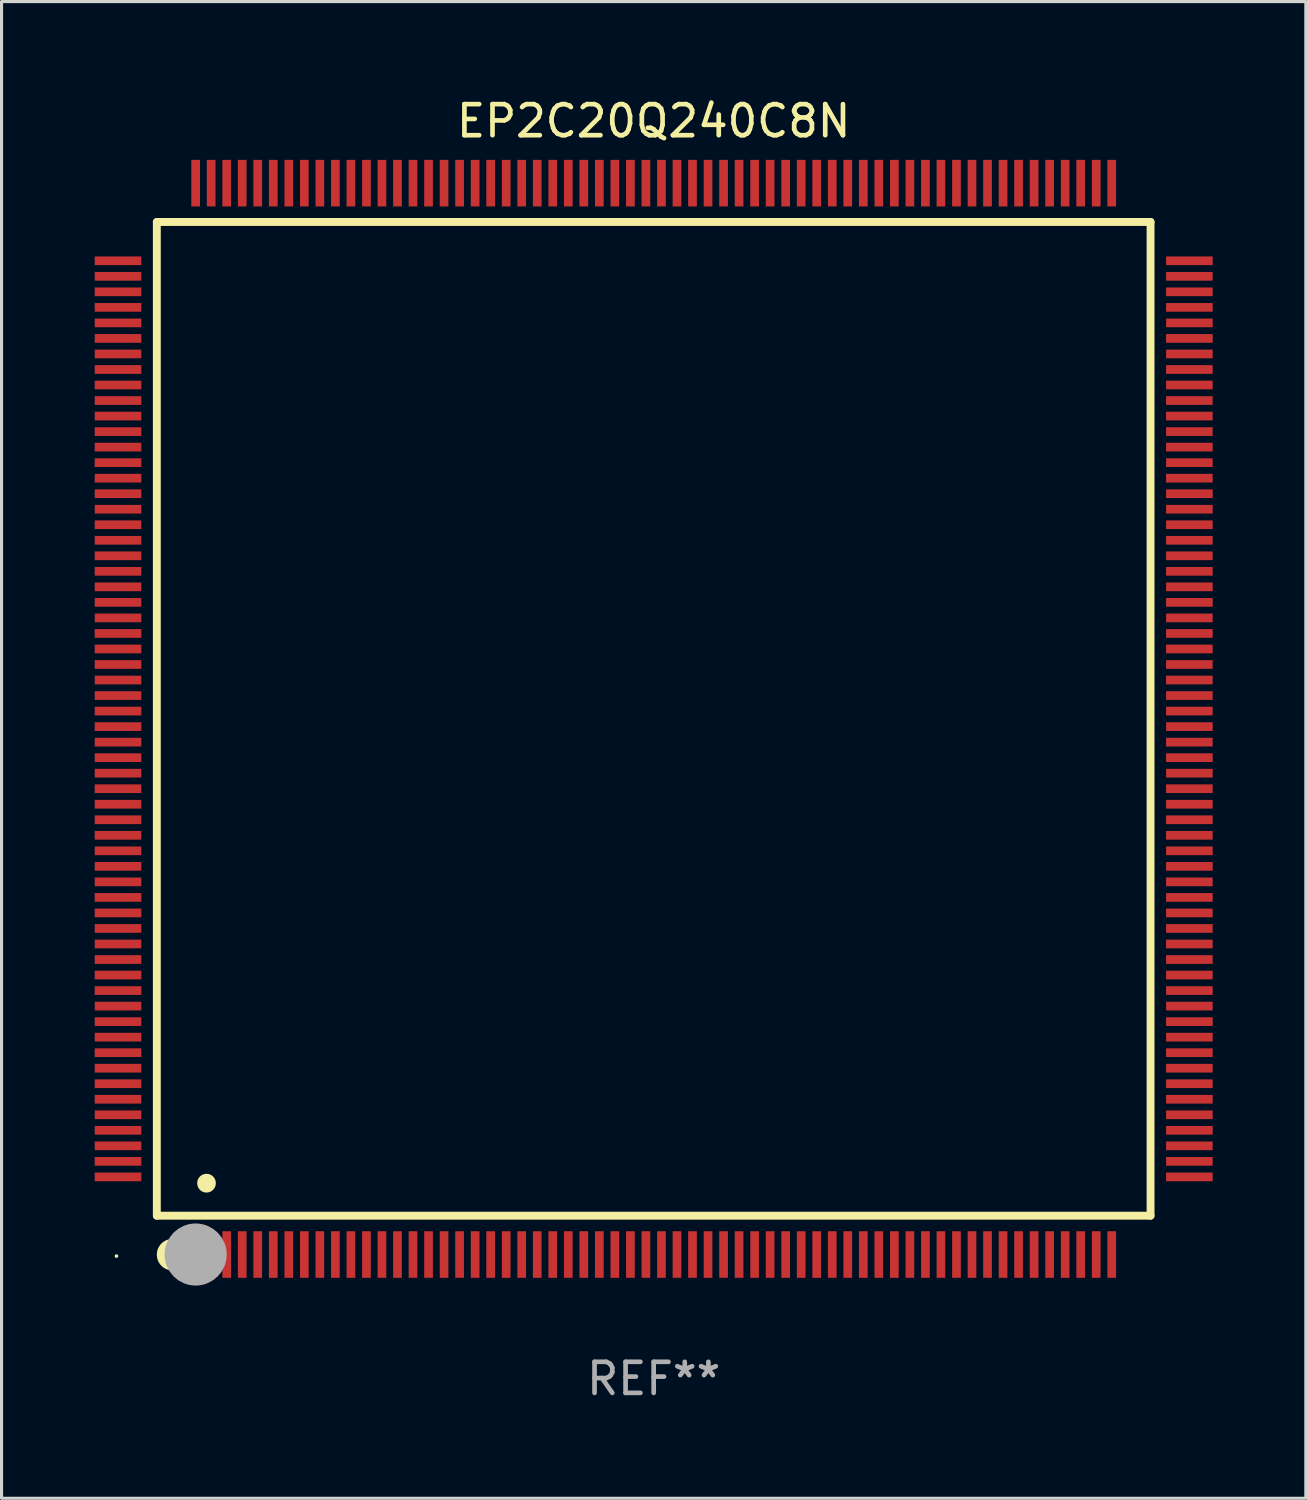
<source format=kicad_pcb>
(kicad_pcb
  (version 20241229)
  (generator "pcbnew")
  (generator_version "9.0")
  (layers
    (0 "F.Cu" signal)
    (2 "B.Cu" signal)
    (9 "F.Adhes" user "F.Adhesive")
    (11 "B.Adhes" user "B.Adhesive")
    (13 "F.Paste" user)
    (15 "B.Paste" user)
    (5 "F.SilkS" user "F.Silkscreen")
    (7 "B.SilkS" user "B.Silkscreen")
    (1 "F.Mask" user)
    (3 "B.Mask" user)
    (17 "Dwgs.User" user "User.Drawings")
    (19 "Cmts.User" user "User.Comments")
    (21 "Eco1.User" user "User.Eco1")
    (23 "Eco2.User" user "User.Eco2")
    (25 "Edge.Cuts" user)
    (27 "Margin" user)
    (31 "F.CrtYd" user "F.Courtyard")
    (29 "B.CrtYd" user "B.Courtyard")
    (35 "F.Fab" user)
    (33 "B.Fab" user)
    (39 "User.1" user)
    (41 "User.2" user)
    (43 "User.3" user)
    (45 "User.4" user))
  (footprint "EP2C20Q240C8N"
    (layer "F.Cu")
    (at 18 20.098)
    (property "Reference" "EP2C20Q240C8N" (at 0 -19.25 0) (layer "F.SilkS") (effects (font (size 1 1) (thickness 0.15))))
    (attr through_hole)
    (fp_line (start -16 -16) (end 16 -16) (stroke (width 0.254) (type solid)) (layer "F.SilkS"))
    (fp_line (start -16 16) (end -16 -16) (stroke (width 0.254) (type solid)) (layer "F.SilkS"))
    (fp_line (start 16 -16) (end 16 16) (stroke (width 0.254) (type solid)) (layer "F.SilkS"))
    (fp_line (start 16 16) (end -16 16) (stroke (width 0.254) (type solid)) (layer "F.SilkS"))
    (fp_arc (start -15.500025 17.258522) (mid -15.500043 17.25428) (end -15.500025 17.250038) (stroke (width 1) (type solid)) (layer "F.SilkS"))
    (fp_arc (start -14.399949 14.954889) (mid -14.39996 14.952349) (end -14.399949 14.949809) (stroke (width 0.599441) (type solid)) (layer "F.SilkS"))
    (fp_circle (center -17.3 17.3) (end -17.27 17.3) (stroke (width 0.06) (type solid)) (fill no) (layer "F.SilkS"))
    (fp_circle (center -14.75 17.25) (end -14.25 17.25) (stroke (width 1) (type solid)) (fill no) (layer "F.Fab"))
    (fp_text user "REF**" (at 0 21.25 0) (layer "F.Fab") (effects (font (size 1 1) (thickness 0.15))))
    (pad "1" smd rect (at -14.75 17.25 180) (size 0.28 1.5) (layers "F.Cu" "F.Mask" "F.Paste"))
    (pad "2" smd rect (at -14.25 17.25 180) (size 0.28 1.5) (layers "F.Cu" "F.Mask" "F.Paste"))
    (pad "3" smd rect (at -13.75 17.25 180) (size 0.28 1.5) (layers "F.Cu" "F.Mask" "F.Paste"))
    (pad "4" smd rect (at -13.25 17.25 180) (size 0.28 1.5) (layers "F.Cu" "F.Mask" "F.Paste"))
    (pad "5" smd rect (at -12.75 17.25 180) (size 0.28 1.5) (layers "F.Cu" "F.Mask" "F.Paste"))
    (pad "6" smd rect (at -12.25 17.25 180) (size 0.28 1.5) (layers "F.Cu" "F.Mask" "F.Paste"))
    (pad "7" smd rect (at -11.75 17.25 180) (size 0.28 1.5) (layers "F.Cu" "F.Mask" "F.Paste"))
    (pad "8" smd rect (at -11.25 17.25 180) (size 0.28 1.5) (layers "F.Cu" "F.Mask" "F.Paste"))
    (pad "9" smd rect (at -10.75 17.25 180) (size 0.28 1.5) (layers "F.Cu" "F.Mask" "F.Paste"))
    (pad "10" smd rect (at -10.25 17.25 180) (size 0.28 1.5) (layers "F.Cu" "F.Mask" "F.Paste"))
    (pad "11" smd rect (at -9.75 17.25 180) (size 0.28 1.5) (layers "F.Cu" "F.Mask" "F.Paste"))
    (pad "12" smd rect (at -9.25 17.25 180) (size 0.28 1.5) (layers "F.Cu" "F.Mask" "F.Paste"))
    (pad "13" smd rect (at -8.75 17.25 180) (size 0.28 1.5) (layers "F.Cu" "F.Mask" "F.Paste"))
    (pad "14" smd rect (at -8.25 17.25 180) (size 0.28 1.5) (layers "F.Cu" "F.Mask" "F.Paste"))
    (pad "15" smd rect (at -7.75 17.25 180) (size 0.28 1.5) (layers "F.Cu" "F.Mask" "F.Paste"))
    (pad "16" smd rect (at -7.25 17.25 180) (size 0.28 1.5) (layers "F.Cu" "F.Mask" "F.Paste"))
    (pad "17" smd rect (at -6.75 17.25 180) (size 0.28 1.5) (layers "F.Cu" "F.Mask" "F.Paste"))
    (pad "18" smd rect (at -6.25 17.25 180) (size 0.28 1.5) (layers "F.Cu" "F.Mask" "F.Paste"))
    (pad "19" smd rect (at -5.75 17.25 180) (size 0.28 1.5) (layers "F.Cu" "F.Mask" "F.Paste"))
    (pad "20" smd rect (at -5.25 17.25 180) (size 0.28 1.5) (layers "F.Cu" "F.Mask" "F.Paste"))
    (pad "21" smd rect (at -4.75 17.25 180) (size 0.28 1.5) (layers "F.Cu" "F.Mask" "F.Paste"))
    (pad "22" smd rect (at -4.25 17.25 180) (size 0.28 1.5) (layers "F.Cu" "F.Mask" "F.Paste"))
    (pad "23" smd rect (at -3.75 17.25 180) (size 0.28 1.5) (layers "F.Cu" "F.Mask" "F.Paste"))
    (pad "24" smd rect (at -3.25 17.25 180) (size 0.28 1.5) (layers "F.Cu" "F.Mask" "F.Paste"))
    (pad "25" smd rect (at -2.75 17.25 180) (size 0.28 1.5) (layers "F.Cu" "F.Mask" "F.Paste"))
    (pad "26" smd rect (at -2.25 17.25 180) (size 0.28 1.5) (layers "F.Cu" "F.Mask" "F.Paste"))
    (pad "27" smd rect (at -1.75 17.25 180) (size 0.28 1.5) (layers "F.Cu" "F.Mask" "F.Paste"))
    (pad "28" smd rect (at -1.25 17.25 180) (size 0.28 1.5) (layers "F.Cu" "F.Mask" "F.Paste"))
    (pad "29" smd rect (at -0.75 17.25 180) (size 0.28 1.5) (layers "F.Cu" "F.Mask" "F.Paste"))
    (pad "30" smd rect (at -0.25 17.25 180) (size 0.28 1.5) (layers "F.Cu" "F.Mask" "F.Paste"))
    (pad "31" smd rect (at 0.25 17.25 180) (size 0.28 1.5) (layers "F.Cu" "F.Mask" "F.Paste"))
    (pad "32" smd rect (at 0.75 17.25 180) (size 0.28 1.5) (layers "F.Cu" "F.Mask" "F.Paste"))
    (pad "33" smd rect (at 1.25 17.25 180) (size 0.28 1.5) (layers "F.Cu" "F.Mask" "F.Paste"))
    (pad "34" smd rect (at 1.75 17.25 180) (size 0.28 1.5) (layers "F.Cu" "F.Mask" "F.Paste"))
    (pad "35" smd rect (at 2.25 17.25 180) (size 0.28 1.5) (layers "F.Cu" "F.Mask" "F.Paste"))
    (pad "36" smd rect (at 2.75 17.25 180) (size 0.28 1.5) (layers "F.Cu" "F.Mask" "F.Paste"))
    (pad "37" smd rect (at 3.25 17.25 180) (size 0.28 1.5) (layers "F.Cu" "F.Mask" "F.Paste"))
    (pad "38" smd rect (at 3.75 17.25 180) (size 0.28 1.5) (layers "F.Cu" "F.Mask" "F.Paste"))
    (pad "39" smd rect (at 4.25 17.25 180) (size 0.28 1.5) (layers "F.Cu" "F.Mask" "F.Paste"))
    (pad "40" smd rect (at 4.75 17.25 180) (size 0.28 1.5) (layers "F.Cu" "F.Mask" "F.Paste"))
    (pad "41" smd rect (at 5.25 17.25 180) (size 0.28 1.5) (layers "F.Cu" "F.Mask" "F.Paste"))
    (pad "42" smd rect (at 5.75 17.25 180) (size 0.28 1.5) (layers "F.Cu" "F.Mask" "F.Paste"))
    (pad "43" smd rect (at 6.25 17.25 180) (size 0.28 1.5) (layers "F.Cu" "F.Mask" "F.Paste"))
    (pad "44" smd rect (at 6.75 17.25 180) (size 0.28 1.5) (layers "F.Cu" "F.Mask" "F.Paste"))
    (pad "45" smd rect (at 7.25 17.25 180) (size 0.28 1.5) (layers "F.Cu" "F.Mask" "F.Paste"))
    (pad "46" smd rect (at 7.75 17.25 180) (size 0.28 1.5) (layers "F.Cu" "F.Mask" "F.Paste"))
    (pad "47" smd rect (at 8.25 17.25 180) (size 0.28 1.5) (layers "F.Cu" "F.Mask" "F.Paste"))
    (pad "48" smd rect (at 8.75 17.25 180) (size 0.28 1.5) (layers "F.Cu" "F.Mask" "F.Paste"))
    (pad "49" smd rect (at 9.25 17.25 180) (size 0.28 1.5) (layers "F.Cu" "F.Mask" "F.Paste"))
    (pad "50" smd rect (at 9.75 17.25 180) (size 0.28 1.5) (layers "F.Cu" "F.Mask" "F.Paste"))
    (pad "51" smd rect (at 10.25 17.25 180) (size 0.28 1.5) (layers "F.Cu" "F.Mask" "F.Paste"))
    (pad "52" smd rect (at 10.75 17.25 180) (size 0.28 1.5) (layers "F.Cu" "F.Mask" "F.Paste"))
    (pad "53" smd rect (at 11.25 17.25) (size 0.28 1.5) (layers "F.Cu" "F.Mask" "F.Paste"))
    (pad "54" smd rect (at 11.75 17.25) (size 0.28 1.5) (layers "F.Cu" "F.Mask" "F.Paste"))
    (pad "55" smd rect (at 12.25 17.25) (size 0.28 1.5) (layers "F.Cu" "F.Mask" "F.Paste"))
    (pad "56" smd rect (at 12.75 17.25) (size 0.28 1.5) (layers "F.Cu" "F.Mask" "F.Paste"))
    (pad "57" smd rect (at 13.25 17.25) (size 0.28 1.5) (layers "F.Cu" "F.Mask" "F.Paste"))
    (pad "58" smd rect (at 13.75 17.25) (size 0.28 1.5) (layers "F.Cu" "F.Mask" "F.Paste"))
    (pad "59" smd rect (at 14.25 17.25) (size 0.28 1.5) (layers "F.Cu" "F.Mask" "F.Paste"))
    (pad "60" smd rect (at 14.75 17.25) (size 0.28 1.5) (layers "F.Cu" "F.Mask" "F.Paste"))
    (pad "61" smd rect (at 17.25 14.75 90) (size 0.28 1.5) (layers "F.Cu" "F.Mask" "F.Paste"))
    (pad "62" smd rect (at 17.25 14.25 90) (size 0.28 1.5) (layers "F.Cu" "F.Mask" "F.Paste"))
    (pad "63" smd rect (at 17.25 13.75 90) (size 0.28 1.5) (layers "F.Cu" "F.Mask" "F.Paste"))
    (pad "64" smd rect (at 17.25 13.25 90) (size 0.28 1.5) (layers "F.Cu" "F.Mask" "F.Paste"))
    (pad "65" smd rect (at 17.25 12.75 90) (size 0.28 1.5) (layers "F.Cu" "F.Mask" "F.Paste"))
    (pad "66" smd rect (at 17.25 12.25 90) (size 0.28 1.5) (layers "F.Cu" "F.Mask" "F.Paste"))
    (pad "67" smd rect (at 17.25 11.75 90) (size 0.28 1.5) (layers "F.Cu" "F.Mask" "F.Paste"))
    (pad "68" smd rect (at 17.25 11.25 90) (size 0.28 1.5) (layers "F.Cu" "F.Mask" "F.Paste"))
    (pad "69" smd rect (at 17.25 10.75 90) (size 0.28 1.5) (layers "F.Cu" "F.Mask" "F.Paste"))
    (pad "70" smd rect (at 17.25 10.25 90) (size 0.28 1.5) (layers "F.Cu" "F.Mask" "F.Paste"))
    (pad "71" smd rect (at 17.25 9.75 90) (size 0.28 1.5) (layers "F.Cu" "F.Mask" "F.Paste"))
    (pad "72" smd rect (at 17.25 9.25 90) (size 0.28 1.5) (layers "F.Cu" "F.Mask" "F.Paste"))
    (pad "73" smd rect (at 17.25 8.75 90) (size 0.28 1.5) (layers "F.Cu" "F.Mask" "F.Paste"))
    (pad "74" smd rect (at 17.25 8.25 90) (size 0.28 1.5) (layers "F.Cu" "F.Mask" "F.Paste"))
    (pad "75" smd rect (at 17.25 7.75 90) (size 0.28 1.5) (layers "F.Cu" "F.Mask" "F.Paste"))
    (pad "76" smd rect (at 17.25 7.25 90) (size 0.28 1.5) (layers "F.Cu" "F.Mask" "F.Paste"))
    (pad "77" smd rect (at 17.25 6.75 90) (size 0.28 1.5) (layers "F.Cu" "F.Mask" "F.Paste"))
    (pad "78" smd rect (at 17.25 6.25 90) (size 0.28 1.5) (layers "F.Cu" "F.Mask" "F.Paste"))
    (pad "79" smd rect (at 17.25 5.75 90) (size 0.28 1.5) (layers "F.Cu" "F.Mask" "F.Paste"))
    (pad "80" smd rect (at 17.25 5.25 90) (size 0.28 1.5) (layers "F.Cu" "F.Mask" "F.Paste"))
    (pad "81" smd rect (at 17.25 4.75 90) (size 0.28 1.5) (layers "F.Cu" "F.Mask" "F.Paste"))
    (pad "82" smd rect (at 17.25 4.25 90) (size 0.28 1.5) (layers "F.Cu" "F.Mask" "F.Paste"))
    (pad "83" smd rect (at 17.25 3.75 90) (size 0.28 1.5) (layers "F.Cu" "F.Mask" "F.Paste"))
    (pad "84" smd rect (at 17.25 3.25 90) (size 0.28 1.5) (layers "F.Cu" "F.Mask" "F.Paste"))
    (pad "85" smd rect (at 17.25 2.75 90) (size 0.28 1.5) (layers "F.Cu" "F.Mask" "F.Paste"))
    (pad "86" smd rect (at 17.25 2.25 90) (size 0.28 1.5) (layers "F.Cu" "F.Mask" "F.Paste"))
    (pad "87" smd rect (at 17.25 1.75 90) (size 0.28 1.5) (layers "F.Cu" "F.Mask" "F.Paste"))
    (pad "88" smd rect (at 17.25 1.25 90) (size 0.28 1.5) (layers "F.Cu" "F.Mask" "F.Paste"))
    (pad "89" smd rect (at 17.25 0.75 90) (size 0.28 1.5) (layers "F.Cu" "F.Mask" "F.Paste"))
    (pad "90" smd rect (at 17.25 0.25 90) (size 0.28 1.5) (layers "F.Cu" "F.Mask" "F.Paste"))
    (pad "91" smd rect (at 17.25 -0.25 90) (size 0.28 1.5) (layers "F.Cu" "F.Mask" "F.Paste"))
    (pad "92" smd rect (at 17.25 -0.75 90) (size 0.28 1.5) (layers "F.Cu" "F.Mask" "F.Paste"))
    (pad "93" smd rect (at 17.25 -1.25 90) (size 0.28 1.5) (layers "F.Cu" "F.Mask" "F.Paste"))
    (pad "94" smd rect (at 17.25 -1.75 90) (size 0.28 1.5) (layers "F.Cu" "F.Mask" "F.Paste"))
    (pad "95" smd rect (at 17.25 -2.25 90) (size 0.28 1.5) (layers "F.Cu" "F.Mask" "F.Paste"))
    (pad "96" smd rect (at 17.25 -2.75 90) (size 0.28 1.5) (layers "F.Cu" "F.Mask" "F.Paste"))
    (pad "97" smd rect (at 17.25 -3.25 90) (size 0.28 1.5) (layers "F.Cu" "F.Mask" "F.Paste"))
    (pad "98" smd rect (at 17.25 -3.75 90) (size 0.28 1.5) (layers "F.Cu" "F.Mask" "F.Paste"))
    (pad "99" smd rect (at 17.25 -4.25 90) (size 0.28 1.5) (layers "F.Cu" "F.Mask" "F.Paste"))
    (pad "100" smd rect (at 17.25 -4.75 90) (size 0.28 1.5) (layers "F.Cu" "F.Mask" "F.Paste"))
    (pad "101" smd rect (at 17.25 -5.25 90) (size 0.28 1.5) (layers "F.Cu" "F.Mask" "F.Paste"))
    (pad "102" smd rect (at 17.25 -5.75 90) (size 0.28 1.5) (layers "F.Cu" "F.Mask" "F.Paste"))
    (pad "103" smd rect (at 17.25 -6.25 90) (size 0.28 1.5) (layers "F.Cu" "F.Mask" "F.Paste"))
    (pad "104" smd rect (at 17.25 -6.75 90) (size 0.28 1.5) (layers "F.Cu" "F.Mask" "F.Paste"))
    (pad "105" smd rect (at 17.25 -7.25 90) (size 0.28 1.5) (layers "F.Cu" "F.Mask" "F.Paste"))
    (pad "106" smd rect (at 17.25 -7.75 90) (size 0.28 1.5) (layers "F.Cu" "F.Mask" "F.Paste"))
    (pad "107" smd rect (at 17.25 -8.25 90) (size 0.28 1.5) (layers "F.Cu" "F.Mask" "F.Paste"))
    (pad "108" smd rect (at 17.25 -8.75 90) (size 0.28 1.5) (layers "F.Cu" "F.Mask" "F.Paste"))
    (pad "109" smd rect (at 17.25 -9.25 90) (size 0.28 1.5) (layers "F.Cu" "F.Mask" "F.Paste"))
    (pad "110" smd rect (at 17.25 -9.75 90) (size 0.28 1.5) (layers "F.Cu" "F.Mask" "F.Paste"))
    (pad "111" smd rect (at 17.25 -10.25 90) (size 0.28 1.5) (layers "F.Cu" "F.Mask" "F.Paste"))
    (pad "112" smd rect (at 17.25 -10.75 90) (size 0.28 1.5) (layers "F.Cu" "F.Mask" "F.Paste"))
    (pad "113" smd rect (at 17.25 -11.25 90) (size 0.28 1.5) (layers "F.Cu" "F.Mask" "F.Paste"))
    (pad "114" smd rect (at 17.25 -11.75 90) (size 0.28 1.5) (layers "F.Cu" "F.Mask" "F.Paste"))
    (pad "115" smd rect (at 17.25 -12.25 90) (size 0.28 1.5) (layers "F.Cu" "F.Mask" "F.Paste"))
    (pad "116" smd rect (at 17.25 -12.75 90) (size 0.28 1.5) (layers "F.Cu" "F.Mask" "F.Paste"))
    (pad "117" smd rect (at 17.25 -13.25 90) (size 0.28 1.5) (layers "F.Cu" "F.Mask" "F.Paste"))
    (pad "118" smd rect (at 17.25 -13.75 90) (size 0.28 1.5) (layers "F.Cu" "F.Mask" "F.Paste"))
    (pad "119" smd rect (at 17.25 -14.25 90) (size 0.28 1.5) (layers "F.Cu" "F.Mask" "F.Paste"))
    (pad "120" smd rect (at 17.25 -14.75 90) (size 0.28 1.5) (layers "F.Cu" "F.Mask" "F.Paste"))
    (pad "121" smd rect (at 14.75 -17.25 180) (size 0.28 1.5) (layers "F.Cu" "F.Mask" "F.Paste"))
    (pad "122" smd rect (at 14.25 -17.25 180) (size 0.28 1.5) (layers "F.Cu" "F.Mask" "F.Paste"))
    (pad "123" smd rect (at 13.75 -17.25 180) (size 0.28 1.5) (layers "F.Cu" "F.Mask" "F.Paste"))
    (pad "124" smd rect (at 13.25 -17.25 180) (size 0.28 1.5) (layers "F.Cu" "F.Mask" "F.Paste"))
    (pad "125" smd rect (at 12.75 -17.25 180) (size 0.28 1.5) (layers "F.Cu" "F.Mask" "F.Paste"))
    (pad "126" smd rect (at 12.25 -17.25 180) (size 0.28 1.5) (layers "F.Cu" "F.Mask" "F.Paste"))
    (pad "127" smd rect (at 11.75 -17.25 180) (size 0.28 1.5) (layers "F.Cu" "F.Mask" "F.Paste"))
    (pad "128" smd rect (at 11.25 -17.25 180) (size 0.28 1.5) (layers "F.Cu" "F.Mask" "F.Paste"))
    (pad "129" smd rect (at 10.75 -17.25 180) (size 0.28 1.5) (layers "F.Cu" "F.Mask" "F.Paste"))
    (pad "130" smd rect (at 10.25 -17.25 180) (size 0.28 1.5) (layers "F.Cu" "F.Mask" "F.Paste"))
    (pad "131" smd rect (at 9.75 -17.25 180) (size 0.28 1.5) (layers "F.Cu" "F.Mask" "F.Paste"))
    (pad "132" smd rect (at 9.25 -17.25 180) (size 0.28 1.5) (layers "F.Cu" "F.Mask" "F.Paste"))
    (pad "133" smd rect (at 8.75 -17.25 180) (size 0.28 1.5) (layers "F.Cu" "F.Mask" "F.Paste"))
    (pad "134" smd rect (at 8.25 -17.25 180) (size 0.28 1.5) (layers "F.Cu" "F.Mask" "F.Paste"))
    (pad "135" smd rect (at 7.75 -17.25 180) (size 0.28 1.5) (layers "F.Cu" "F.Mask" "F.Paste"))
    (pad "136" smd rect (at 7.25 -17.25 180) (size 0.28 1.5) (layers "F.Cu" "F.Mask" "F.Paste"))
    (pad "137" smd rect (at 6.75 -17.25 180) (size 0.28 1.5) (layers "F.Cu" "F.Mask" "F.Paste"))
    (pad "138" smd rect (at 6.25 -17.25 180) (size 0.28 1.5) (layers "F.Cu" "F.Mask" "F.Paste"))
    (pad "139" smd rect (at 5.75 -17.25 180) (size 0.28 1.5) (layers "F.Cu" "F.Mask" "F.Paste"))
    (pad "140" smd rect (at 5.25 -17.25 180) (size 0.28 1.5) (layers "F.Cu" "F.Mask" "F.Paste"))
    (pad "141" smd rect (at 4.75 -17.25 180) (size 0.28 1.5) (layers "F.Cu" "F.Mask" "F.Paste"))
    (pad "142" smd rect (at 4.25 -17.25 180) (size 0.28 1.5) (layers "F.Cu" "F.Mask" "F.Paste"))
    (pad "143" smd rect (at 3.75 -17.25 180) (size 0.28 1.5) (layers "F.Cu" "F.Mask" "F.Paste"))
    (pad "144" smd rect (at 3.25 -17.25 180) (size 0.28 1.5) (layers "F.Cu" "F.Mask" "F.Paste"))
    (pad "145" smd rect (at 2.75 -17.25 180) (size 0.28 1.5) (layers "F.Cu" "F.Mask" "F.Paste"))
    (pad "146" smd rect (at 2.25 -17.25 180) (size 0.28 1.5) (layers "F.Cu" "F.Mask" "F.Paste"))
    (pad "147" smd rect (at 1.75 -17.25 180) (size 0.28 1.5) (layers "F.Cu" "F.Mask" "F.Paste"))
    (pad "148" smd rect (at 1.25 -17.25 180) (size 0.28 1.5) (layers "F.Cu" "F.Mask" "F.Paste"))
    (pad "149" smd rect (at 0.75 -17.25 180) (size 0.28 1.5) (layers "F.Cu" "F.Mask" "F.Paste"))
    (pad "150" smd rect (at 0.25 -17.25 180) (size 0.28 1.5) (layers "F.Cu" "F.Mask" "F.Paste"))
    (pad "151" smd rect (at -0.25 -17.25 180) (size 0.28 1.5) (layers "F.Cu" "F.Mask" "F.Paste"))
    (pad "152" smd rect (at -0.75 -17.25 180) (size 0.28 1.5) (layers "F.Cu" "F.Mask" "F.Paste"))
    (pad "153" smd rect (at -1.25 -17.25 180) (size 0.28 1.5) (layers "F.Cu" "F.Mask" "F.Paste"))
    (pad "154" smd rect (at -1.75 -17.25 180) (size 0.28 1.5) (layers "F.Cu" "F.Mask" "F.Paste"))
    (pad "155" smd rect (at -2.25 -17.25 180) (size 0.28 1.5) (layers "F.Cu" "F.Mask" "F.Paste"))
    (pad "156" smd rect (at -2.75 -17.25 180) (size 0.28 1.5) (layers "F.Cu" "F.Mask" "F.Paste"))
    (pad "157" smd rect (at -3.25 -17.25) (size 0.28 1.5) (layers "F.Cu" "F.Mask" "F.Paste"))
    (pad "158" smd rect (at -3.75 -17.25) (size 0.28 1.5) (layers "F.Cu" "F.Mask" "F.Paste"))
    (pad "159" smd rect (at -4.25 -17.25) (size 0.28 1.5) (layers "F.Cu" "F.Mask" "F.Paste"))
    (pad "160" smd rect (at -4.75 -17.25) (size 0.28 1.5) (layers "F.Cu" "F.Mask" "F.Paste"))
    (pad "161" smd rect (at -5.25 -17.25) (size 0.28 1.5) (layers "F.Cu" "F.Mask" "F.Paste"))
    (pad "162" smd rect (at -5.75 -17.25) (size 0.28 1.5) (layers "F.Cu" "F.Mask" "F.Paste"))
    (pad "163" smd rect (at -6.25 -17.25) (size 0.28 1.5) (layers "F.Cu" "F.Mask" "F.Paste"))
    (pad "164" smd rect (at -6.75 -17.25) (size 0.28 1.5) (layers "F.Cu" "F.Mask" "F.Paste"))
    (pad "165" smd rect (at -7.25 -17.25) (size 0.28 1.5) (layers "F.Cu" "F.Mask" "F.Paste"))
    (pad "166" smd rect (at -7.75 -17.25) (size 0.28 1.5) (layers "F.Cu" "F.Mask" "F.Paste"))
    (pad "167" smd rect (at -8.25 -17.25) (size 0.28 1.5) (layers "F.Cu" "F.Mask" "F.Paste"))
    (pad "168" smd rect (at -8.75 -17.25) (size 0.28 1.5) (layers "F.Cu" "F.Mask" "F.Paste"))
    (pad "169" smd rect (at -9.25 -17.25) (size 0.28 1.5) (layers "F.Cu" "F.Mask" "F.Paste"))
    (pad "170" smd rect (at -9.75 -17.25) (size 0.28 1.5) (layers "F.Cu" "F.Mask" "F.Paste"))
    (pad "171" smd rect (at -10.25 -17.25) (size 0.28 1.5) (layers "F.Cu" "F.Mask" "F.Paste"))
    (pad "172" smd rect (at -10.75 -17.25) (size 0.28 1.5) (layers "F.Cu" "F.Mask" "F.Paste"))
    (pad "173" smd rect (at -11.25 -17.25) (size 0.28 1.5) (layers "F.Cu" "F.Mask" "F.Paste"))
    (pad "174" smd rect (at -11.75 -17.25) (size 0.28 1.5) (layers "F.Cu" "F.Mask" "F.Paste"))
    (pad "175" smd rect (at -12.25 -17.25) (size 0.28 1.5) (layers "F.Cu" "F.Mask" "F.Paste"))
    (pad "176" smd rect (at -12.75 -17.25) (size 0.28 1.5) (layers "F.Cu" "F.Mask" "F.Paste"))
    (pad "177" smd rect (at -13.25 -17.25) (size 0.28 1.5) (layers "F.Cu" "F.Mask" "F.Paste"))
    (pad "178" smd rect (at -13.75 -17.25) (size 0.28 1.5) (layers "F.Cu" "F.Mask" "F.Paste"))
    (pad "179" smd rect (at -14.25 -17.25) (size 0.28 1.5) (layers "F.Cu" "F.Mask" "F.Paste"))
    (pad "180" smd rect (at -14.75 -17.25) (size 0.28 1.5) (layers "F.Cu" "F.Mask" "F.Paste"))
    (pad "181" smd rect (at -17.25 -14.75 90) (size 0.28 1.5) (layers "F.Cu" "F.Mask" "F.Paste"))
    (pad "182" smd rect (at -17.25 -14.25 90) (size 0.28 1.5) (layers "F.Cu" "F.Mask" "F.Paste"))
    (pad "183" smd rect (at -17.25 -13.75 90) (size 0.28 1.5) (layers "F.Cu" "F.Mask" "F.Paste"))
    (pad "184" smd rect (at -17.25 -13.25 90) (size 0.28 1.5) (layers "F.Cu" "F.Mask" "F.Paste"))
    (pad "185" smd rect (at -17.25 -12.75 90) (size 0.28 1.5) (layers "F.Cu" "F.Mask" "F.Paste"))
    (pad "186" smd rect (at -17.25 -12.25 90) (size 0.28 1.5) (layers "F.Cu" "F.Mask" "F.Paste"))
    (pad "187" smd rect (at -17.25 -11.75 90) (size 0.28 1.5) (layers "F.Cu" "F.Mask" "F.Paste"))
    (pad "188" smd rect (at -17.25 -11.25 90) (size 0.28 1.5) (layers "F.Cu" "F.Mask" "F.Paste"))
    (pad "189" smd rect (at -17.25 -10.75 90) (size 0.28 1.5) (layers "F.Cu" "F.Mask" "F.Paste"))
    (pad "190" smd rect (at -17.25 -10.25 90) (size 0.28 1.5) (layers "F.Cu" "F.Mask" "F.Paste"))
    (pad "191" smd rect (at -17.25 -9.75 90) (size 0.28 1.5) (layers "F.Cu" "F.Mask" "F.Paste"))
    (pad "192" smd rect (at -17.25 -9.25 90) (size 0.28 1.5) (layers "F.Cu" "F.Mask" "F.Paste"))
    (pad "193" smd rect (at -17.25 -8.75 90) (size 0.28 1.5) (layers "F.Cu" "F.Mask" "F.Paste"))
    (pad "194" smd rect (at -17.25 -8.25 90) (size 0.28 1.5) (layers "F.Cu" "F.Mask" "F.Paste"))
    (pad "195" smd rect (at -17.25 -7.75 90) (size 0.28 1.5) (layers "F.Cu" "F.Mask" "F.Paste"))
    (pad "196" smd rect (at -17.25 -7.25 90) (size 0.28 1.5) (layers "F.Cu" "F.Mask" "F.Paste"))
    (pad "197" smd rect (at -17.25 -6.75 90) (size 0.28 1.5) (layers "F.Cu" "F.Mask" "F.Paste"))
    (pad "198" smd rect (at -17.25 -6.25 90) (size 0.28 1.5) (layers "F.Cu" "F.Mask" "F.Paste"))
    (pad "199" smd rect (at -17.25 -5.75 90) (size 0.28 1.5) (layers "F.Cu" "F.Mask" "F.Paste"))
    (pad "200" smd rect (at -17.25 -5.25 90) (size 0.28 1.5) (layers "F.Cu" "F.Mask" "F.Paste"))
    (pad "201" smd rect (at -17.25 -4.75 90) (size 0.28 1.5) (layers "F.Cu" "F.Mask" "F.Paste"))
    (pad "202" smd rect (at -17.25 -4.25 90) (size 0.28 1.5) (layers "F.Cu" "F.Mask" "F.Paste"))
    (pad "203" smd rect (at -17.25 -3.75 90) (size 0.28 1.5) (layers "F.Cu" "F.Mask" "F.Paste"))
    (pad "204" smd rect (at -17.25 -3.25 90) (size 0.28 1.5) (layers "F.Cu" "F.Mask" "F.Paste"))
    (pad "205" smd rect (at -17.25 -2.75 90) (size 0.28 1.5) (layers "F.Cu" "F.Mask" "F.Paste"))
    (pad "206" smd rect (at -17.25 -2.25 90) (size 0.28 1.5) (layers "F.Cu" "F.Mask" "F.Paste"))
    (pad "207" smd rect (at -17.25 -1.75 90) (size 0.28 1.5) (layers "F.Cu" "F.Mask" "F.Paste"))
    (pad "208" smd rect (at -17.25 -1.25 90) (size 0.28 1.5) (layers "F.Cu" "F.Mask" "F.Paste"))
    (pad "209" smd rect (at -17.25 -0.75 90) (size 0.28 1.5) (layers "F.Cu" "F.Mask" "F.Paste"))
    (pad "210" smd rect (at -17.25 -0.25 90) (size 0.28 1.5) (layers "F.Cu" "F.Mask" "F.Paste"))
    (pad "211" smd rect (at -17.25 0.25 90) (size 0.28 1.5) (layers "F.Cu" "F.Mask" "F.Paste"))
    (pad "212" smd rect (at -17.25 0.75 90) (size 0.28 1.5) (layers "F.Cu" "F.Mask" "F.Paste"))
    (pad "213" smd rect (at -17.25 1.25 90) (size 0.28 1.5) (layers "F.Cu" "F.Mask" "F.Paste"))
    (pad "214" smd rect (at -17.25 1.75 90) (size 0.28 1.5) (layers "F.Cu" "F.Mask" "F.Paste"))
    (pad "215" smd rect (at -17.25 2.25 90) (size 0.28 1.5) (layers "F.Cu" "F.Mask" "F.Paste"))
    (pad "216" smd rect (at -17.25 2.75 90) (size 0.28 1.5) (layers "F.Cu" "F.Mask" "F.Paste"))
    (pad "217" smd rect (at -17.25 3.25 90) (size 0.28 1.5) (layers "F.Cu" "F.Mask" "F.Paste"))
    (pad "218" smd rect (at -17.25 3.75 90) (size 0.28 1.5) (layers "F.Cu" "F.Mask" "F.Paste"))
    (pad "219" smd rect (at -17.25 4.25 90) (size 0.28 1.5) (layers "F.Cu" "F.Mask" "F.Paste"))
    (pad "220" smd rect (at -17.25 4.75 90) (size 0.28 1.5) (layers "F.Cu" "F.Mask" "F.Paste"))
    (pad "221" smd rect (at -17.25 5.25 90) (size 0.28 1.5) (layers "F.Cu" "F.Mask" "F.Paste"))
    (pad "222" smd rect (at -17.25 5.75 90) (size 0.28 1.5) (layers "F.Cu" "F.Mask" "F.Paste"))
    (pad "223" smd rect (at -17.25 6.25 90) (size 0.28 1.5) (layers "F.Cu" "F.Mask" "F.Paste"))
    (pad "224" smd rect (at -17.25 6.75 90) (size 0.28 1.5) (layers "F.Cu" "F.Mask" "F.Paste"))
    (pad "225" smd rect (at -17.25 7.25 90) (size 0.28 1.5) (layers "F.Cu" "F.Mask" "F.Paste"))
    (pad "226" smd rect (at -17.25 7.75 90) (size 0.28 1.5) (layers "F.Cu" "F.Mask" "F.Paste"))
    (pad "227" smd rect (at -17.25 8.25 90) (size 0.28 1.5) (layers "F.Cu" "F.Mask" "F.Paste"))
    (pad "228" smd rect (at -17.25 8.75 90) (size 0.28 1.5) (layers "F.Cu" "F.Mask" "F.Paste"))
    (pad "229" smd rect (at -17.25 9.25 90) (size 0.28 1.5) (layers "F.Cu" "F.Mask" "F.Paste"))
    (pad "230" smd rect (at -17.25 9.75 90) (size 0.28 1.5) (layers "F.Cu" "F.Mask" "F.Paste"))
    (pad "231" smd rect (at -17.25 10.25 90) (size 0.28 1.5) (layers "F.Cu" "F.Mask" "F.Paste"))
    (pad "232" smd rect (at -17.25 10.75 90) (size 0.28 1.5) (layers "F.Cu" "F.Mask" "F.Paste"))
    (pad "233" smd rect (at -17.25 11.25 90) (size 0.28 1.5) (layers "F.Cu" "F.Mask" "F.Paste"))
    (pad "234" smd rect (at -17.25 11.75 90) (size 0.28 1.5) (layers "F.Cu" "F.Mask" "F.Paste"))
    (pad "235" smd rect (at -17.25 12.25 90) (size 0.28 1.5) (layers "F.Cu" "F.Mask" "F.Paste"))
    (pad "236" smd rect (at -17.25 12.75 90) (size 0.28 1.5) (layers "F.Cu" "F.Mask" "F.Paste"))
    (pad "237" smd rect (at -17.25 13.25 90) (size 0.28 1.5) (layers "F.Cu" "F.Mask" "F.Paste"))
    (pad "238" smd rect (at -17.25 13.75 90) (size 0.28 1.5) (layers "F.Cu" "F.Mask" "F.Paste"))
    (pad "239" smd rect (at -17.25 14.25 90) (size 0.28 1.5) (layers "F.Cu" "F.Mask" "F.Paste"))
    (pad "240" smd rect (at -17.25 14.75 90) (size 0.28 1.5) (layers "F.Cu" "F.Mask" "F.Paste")))
  (gr_rect
    (start -3 -3)
    (end 39 45.197)
    (stroke (width 0.1) (type default))
    (fill no)
    (layer "Edge.Cuts")))
</source>
